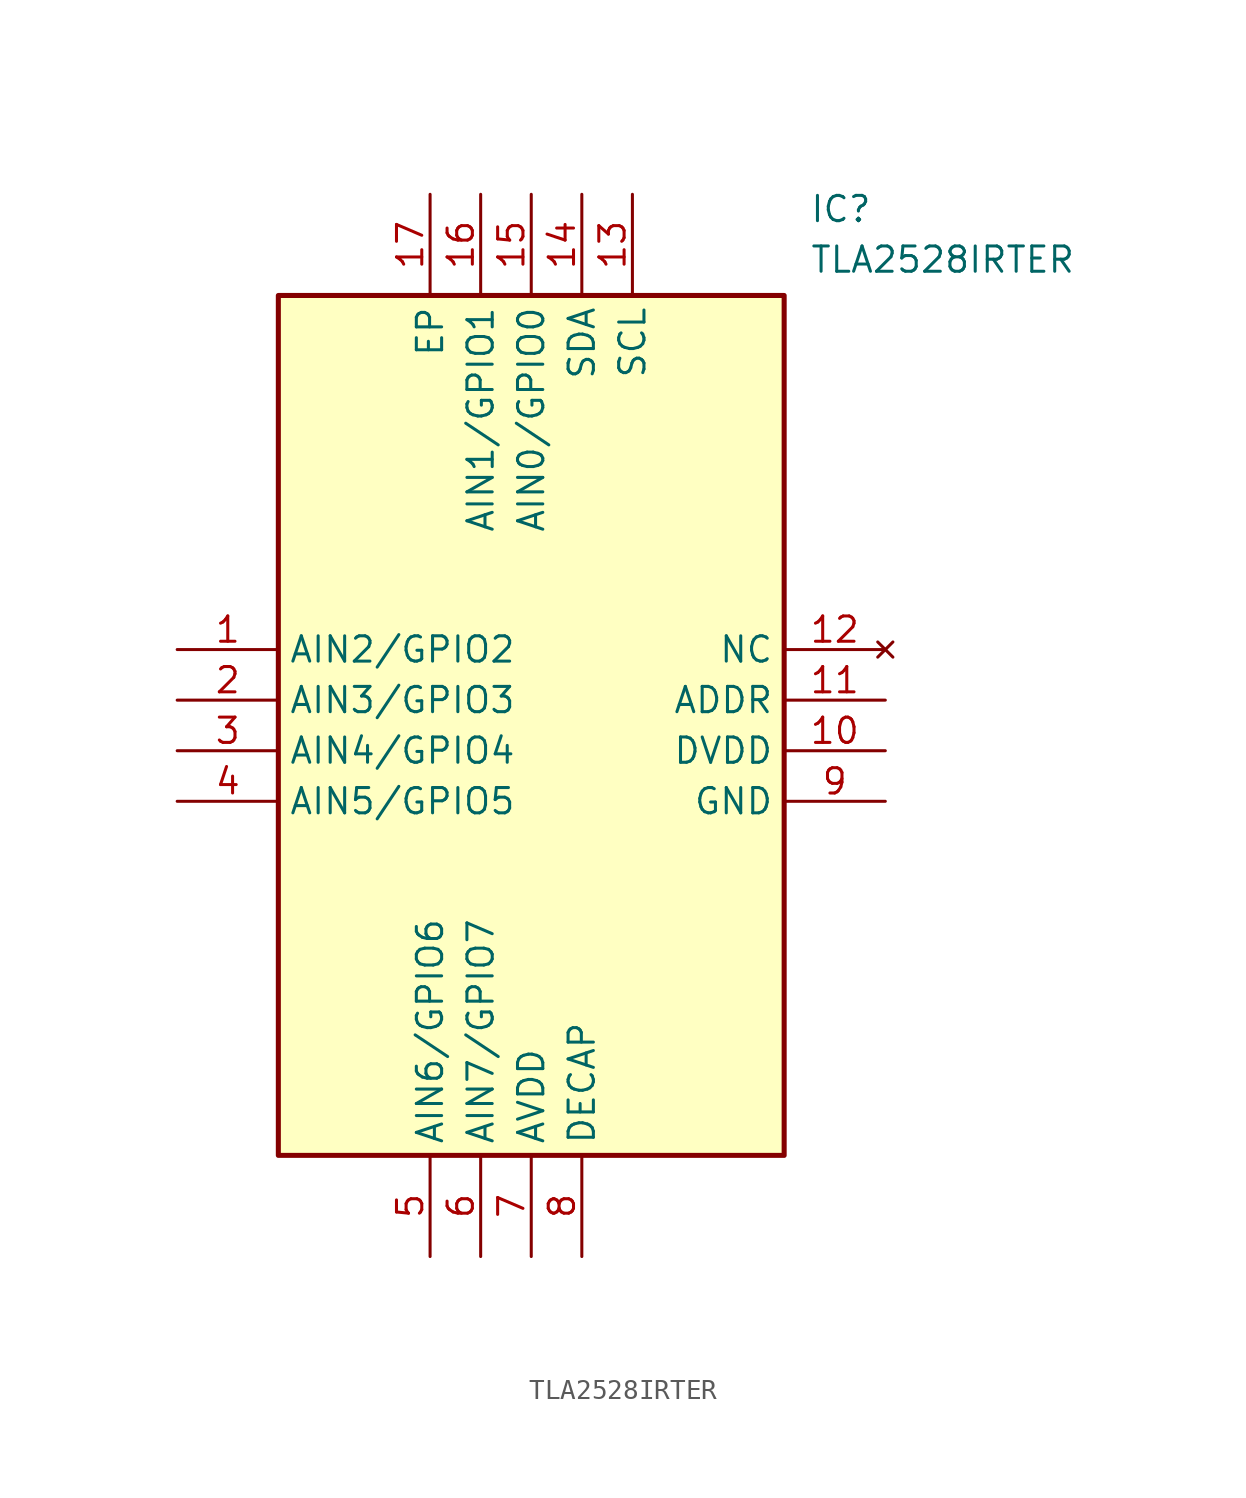
<source format=kicad_sym>
(kicad_symbol_lib
  (version 20211014)
  (generator SamacSys_ECAD_Model)
  (symbol "TLA2528IRTER"
    (property "Reference" "IC"
      (at 31.75 22.86 0)
      (effects (font (size 1.27 1.27)) (justify left top)))
    (property "Value" "TLA2528IRTER"
      (at 31.75 20.32 0)
      (effects (font (size 1.27 1.27)) (justify left top)))
    (rectangle
      (start 5.08 17.78)
      (end 30.48 -25.4)
      (stroke (width 0.254) (type default))
      (fill (type background)))
    (pin passive line
      (at 0 0 0)
      (length 5.08)
      (name "AIN2/GPIO2" (effects (font (size 1.27 1.27))))
      (number "1" (effects (font (size 1.27 1.27)))))
    (pin passive line
      (at 0 -2.54 0)
      (length 5.08)
      (name "AIN3/GPIO3" (effects (font (size 1.27 1.27))))
      (number "2" (effects (font (size 1.27 1.27)))))
    (pin passive line
      (at 0 -5.08 0)
      (length 5.08)
      (name "AIN4/GPIO4" (effects (font (size 1.27 1.27))))
      (number "3" (effects (font (size 1.27 1.27)))))
    (pin passive line
      (at 0 -7.62 0)
      (length 5.08)
      (name "AIN5/GPIO5" (effects (font (size 1.27 1.27))))
      (number "4" (effects (font (size 1.27 1.27)))))
    (pin passive line
      (at 12.7 -30.48 90)
      (length 5.08)
      (name "AIN6/GPIO6" (effects (font (size 1.27 1.27))))
      (number "5" (effects (font (size 1.27 1.27)))))
    (pin passive line
      (at 15.24 -30.48 90)
      (length 5.08)
      (name "AIN7/GPIO7" (effects (font (size 1.27 1.27))))
      (number "6" (effects (font (size 1.27 1.27)))))
    (pin passive line
      (at 17.78 -30.48 90)
      (length 5.08)
      (name "AVDD" (effects (font (size 1.27 1.27))))
      (number "7" (effects (font (size 1.27 1.27)))))
    (pin passive line
      (at 20.32 -30.48 90)
      (length 5.08)
      (name "DECAP" (effects (font (size 1.27 1.27))))
      (number "8" (effects (font (size 1.27 1.27)))))
    (pin no_connect line
      (at 35.56 0 180)
      (length 5.08)
      (name "NC" (effects (font (size 1.27 1.27))))
      (number "12" (effects (font (size 1.27 1.27)))))
    (pin passive line
      (at 35.56 -2.54 180)
      (length 5.08)
      (name "ADDR" (effects (font (size 1.27 1.27))))
      (number "11" (effects (font (size 1.27 1.27)))))
    (pin passive line
      (at 35.56 -5.08 180)
      (length 5.08)
      (name "DVDD" (effects (font (size 1.27 1.27))))
      (number "10" (effects (font (size 1.27 1.27)))))
    (pin passive line
      (at 35.56 -7.62 180)
      (length 5.08)
      (name "GND" (effects (font (size 1.27 1.27))))
      (number "9" (effects (font (size 1.27 1.27)))))
    (pin passive line
      (at 12.7 22.86 270)
      (length 5.08)
      (name "EP" (effects (font (size 1.27 1.27))))
      (number "17" (effects (font (size 1.27 1.27)))))
    (pin passive line
      (at 15.24 22.86 270)
      (length 5.08)
      (name "AIN1/GPIO1" (effects (font (size 1.27 1.27))))
      (number "16" (effects (font (size 1.27 1.27)))))
    (pin passive line
      (at 17.78 22.86 270)
      (length 5.08)
      (name "AIN0/GPIO0" (effects (font (size 1.27 1.27))))
      (number "15" (effects (font (size 1.27 1.27)))))
    (pin passive line
      (at 20.32 22.86 270)
      (length 5.08)
      (name "SDA" (effects (font (size 1.27 1.27))))
      (number "14" (effects (font (size 1.27 1.27)))))
    (pin passive line
      (at 22.86 22.86 270)
      (length 5.08)
      (name "SCL" (effects (font (size 1.27 1.27))))
      (number "13" (effects (font (size 1.27 1.27)))))))
</source>
